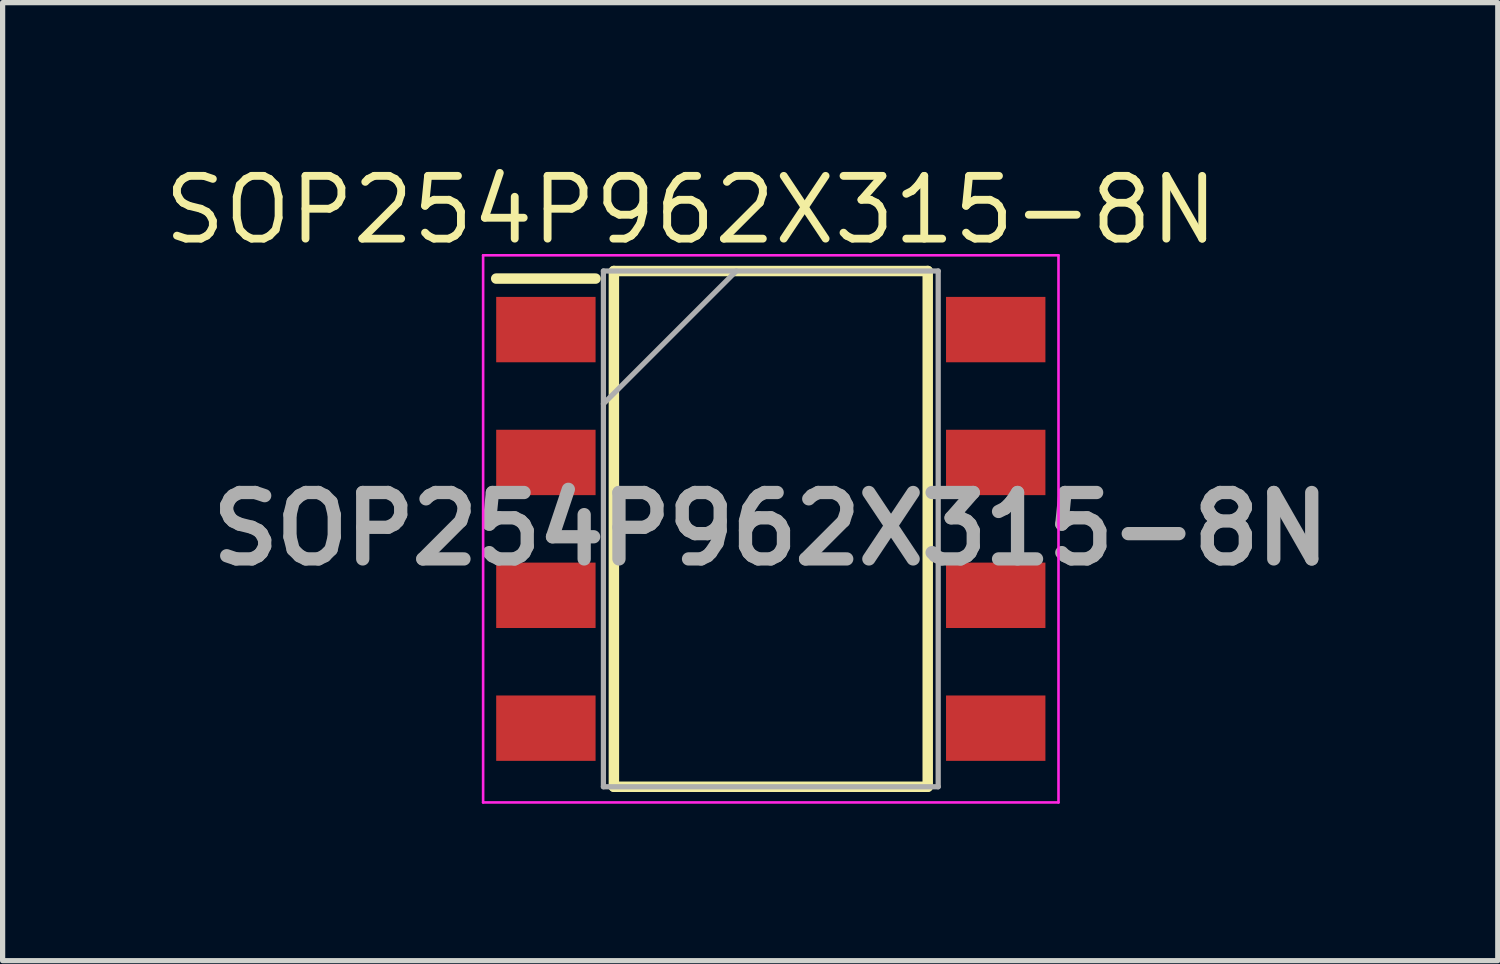
<source format=kicad_pcb>
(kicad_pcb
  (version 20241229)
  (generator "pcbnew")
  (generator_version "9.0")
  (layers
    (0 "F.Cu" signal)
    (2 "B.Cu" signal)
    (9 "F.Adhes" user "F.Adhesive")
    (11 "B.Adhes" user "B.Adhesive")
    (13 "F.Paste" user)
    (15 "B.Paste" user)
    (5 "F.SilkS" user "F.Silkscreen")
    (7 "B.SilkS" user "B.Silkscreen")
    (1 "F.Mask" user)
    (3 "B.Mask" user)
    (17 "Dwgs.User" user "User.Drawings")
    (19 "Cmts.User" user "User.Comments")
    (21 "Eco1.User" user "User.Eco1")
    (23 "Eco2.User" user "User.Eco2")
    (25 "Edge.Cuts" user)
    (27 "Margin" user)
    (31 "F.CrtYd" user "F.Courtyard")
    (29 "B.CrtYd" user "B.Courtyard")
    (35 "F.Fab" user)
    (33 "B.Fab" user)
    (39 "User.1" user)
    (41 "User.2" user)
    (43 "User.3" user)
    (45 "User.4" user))
  (footprint "SOP254P962X315-8N"
    (layer "F.Cu")
    (at 11.686 7.061)
    (property "Reference" "SOP254P962X315-8N" (at -1.524 -6.096 0) (layer "F.SilkS") (effects (font (size 1.2 1.2) (thickness 0.15))))
    (attr smd)
    (fp_line (start -5.25 -4.785) (end -3.35 -4.785) (stroke (width 0.2) (type solid)) (layer "F.SilkS"))
    (fp_line (start -3 -4.93) (end 3 -4.93) (stroke (width 0.2) (type solid)) (layer "F.SilkS"))
    (fp_line (start -3 4.93) (end -3 -4.93) (stroke (width 0.2) (type solid)) (layer "F.SilkS"))
    (fp_line (start 3 -4.93) (end 3 4.93) (stroke (width 0.2) (type solid)) (layer "F.SilkS"))
    (fp_line (start 3 4.93) (end -3 4.93) (stroke (width 0.2) (type solid)) (layer "F.SilkS"))
    (fp_line (start -5.5 -5.23) (end 5.5 -5.23) (stroke (width 0.05) (type solid)) (layer "F.CrtYd"))
    (fp_line (start -5.5 5.23) (end -5.5 -5.23) (stroke (width 0.05) (type solid)) (layer "F.CrtYd"))
    (fp_line (start 5.5 -5.23) (end 5.5 5.23) (stroke (width 0.05) (type solid)) (layer "F.CrtYd"))
    (fp_line (start 5.5 5.23) (end -5.5 5.23) (stroke (width 0.05) (type solid)) (layer "F.CrtYd"))
    (fp_line (start -3.2 -4.93) (end 3.2 -4.93) (stroke (width 0.1) (type solid)) (layer "F.Fab"))
    (fp_line (start -3.2 -2.39) (end -0.66 -4.93) (stroke (width 0.1) (type solid)) (layer "F.Fab"))
    (fp_line (start -3.2 4.93) (end -3.2 -4.93) (stroke (width 0.1) (type solid)) (layer "F.Fab"))
    (fp_line (start 3.2 -4.93) (end 3.2 4.93) (stroke (width 0.1) (type solid)) (layer "F.Fab"))
    (fp_line (start 3.2 4.93) (end -3.2 4.93) (stroke (width 0.1) (type solid)) (layer "F.Fab"))
    (fp_text user "${REFERENCE}" (at 0 0 0) (layer "F.Fab") (effects (font (size 1.27 1.27) (thickness 0.254))))
    (pad "1" smd rect (at -4.3 -3.81 90) (size 1.25 1.9) (layers "F.Cu" "F.Mask" "F.Paste"))
    (pad "2" smd rect (at -4.3 -1.27 90) (size 1.25 1.9) (layers "F.Cu" "F.Mask" "F.Paste"))
    (pad "3" smd rect (at -4.3 1.27 90) (size 1.25 1.9) (layers "F.Cu" "F.Mask" "F.Paste"))
    (pad "4" smd rect (at -4.3 3.81 90) (size 1.25 1.9) (layers "F.Cu" "F.Mask" "F.Paste"))
    (pad "5" smd rect (at 4.3 3.81 90) (size 1.25 1.9) (layers "F.Cu" "F.Mask" "F.Paste"))
    (pad "6" smd rect (at 4.3 1.27 90) (size 1.25 1.9) (layers "F.Cu" "F.Mask" "F.Paste"))
    (pad "7" smd rect (at 4.3 -1.27 90) (size 1.25 1.9) (layers "F.Cu" "F.Mask" "F.Paste"))
    (pad "8" smd rect (at 4.3 -3.81 90) (size 1.25 1.9) (layers "F.Cu" "F.Mask" "F.Paste")))
  (gr_rect
    (start -3 -3)
    (end 25.584 15.316)
    (stroke (width 0.1) (type default))
    (fill no)
    (layer "Edge.Cuts")))
</source>
